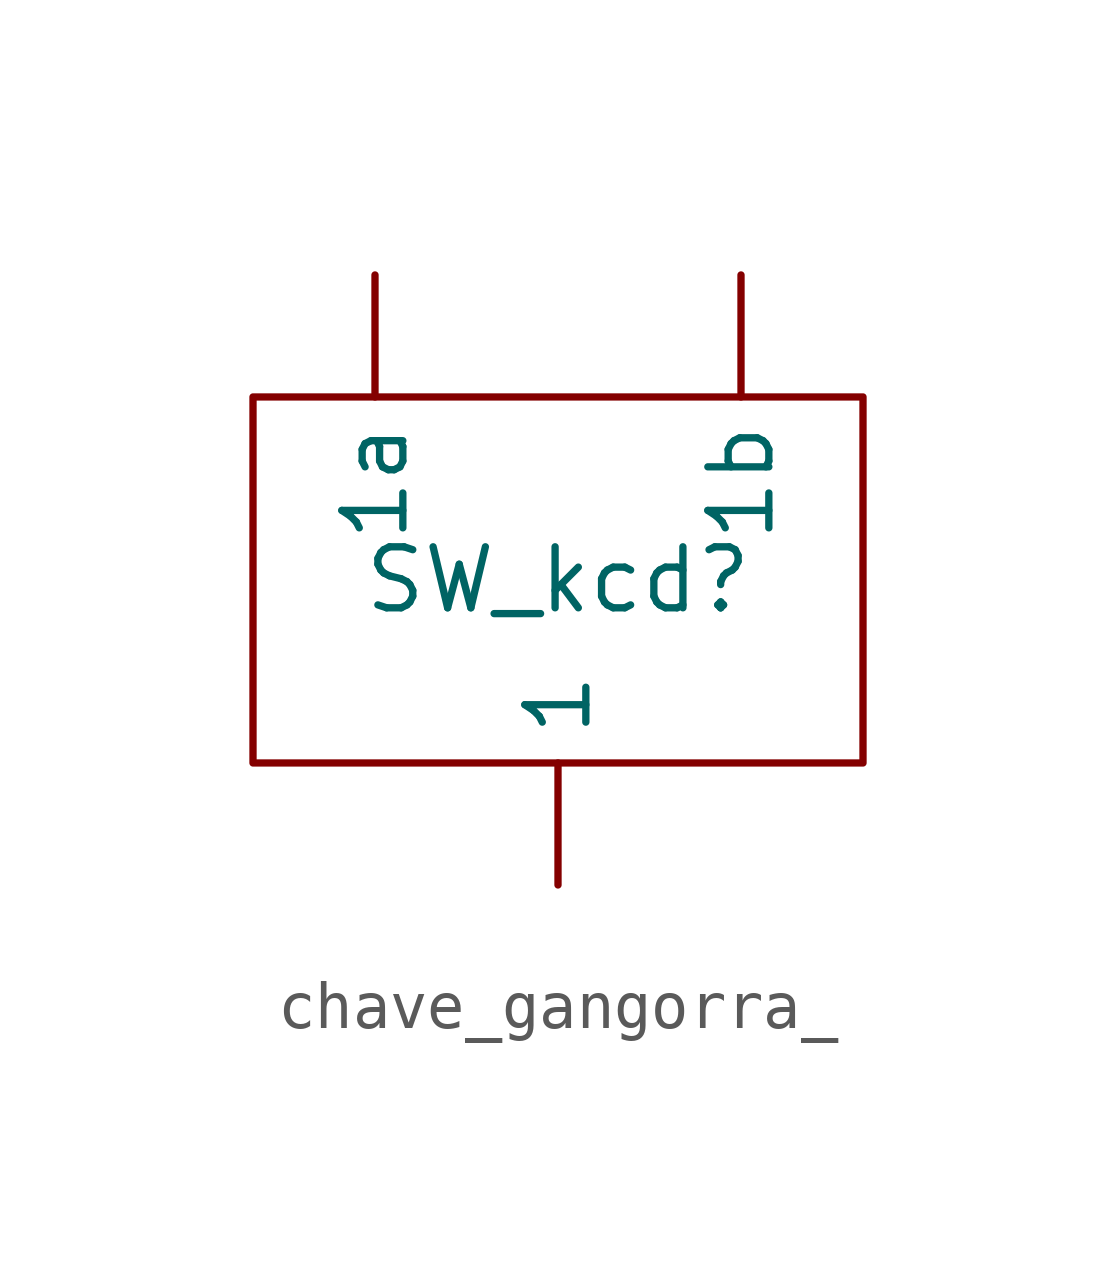
<source format=kicad_sym>
(kicad_symbol_lib
  (version 20220914)
  (generator kicad_symbol_editor)
  (symbol "chave_gangorra_"
    (property "Reference" "SW_kcd"
      (at 0 2.54 0)
      (effects (font (size 1.27 1.27))))
    (property "Value" ""
      (at 0 0 0)
      (effects (font (size 1.27 1.27))))
    (symbol "chave_gangorra__0_1"
      (rectangle (start -6.35 6.35) (end 6.35 -1.27) (stroke (width 0) (type default)) (fill (type none))))
    (symbol "chave_gangorra__1_0"
      (pin input line (at 3.81 8.89 270) (length 2.54) (name "1b" (effects (font (size 1.27 1.27)))) (number "" (effects (font (size 1.27 1.27))))))
    (symbol "chave_gangorra__1_1"
      (pin input line (at 0 -3.81 90) (length 2.54) (name "1" (effects (font (size 1.27 1.27)))) (number "" (effects (font (size 1.27 1.27)))))
      (pin input line (at -3.81 8.89 270) (length 2.54) (name "1a" (effects (font (size 1.27 1.27)))) (number "" (effects (font (size 1.27 1.27))))))))
</source>
